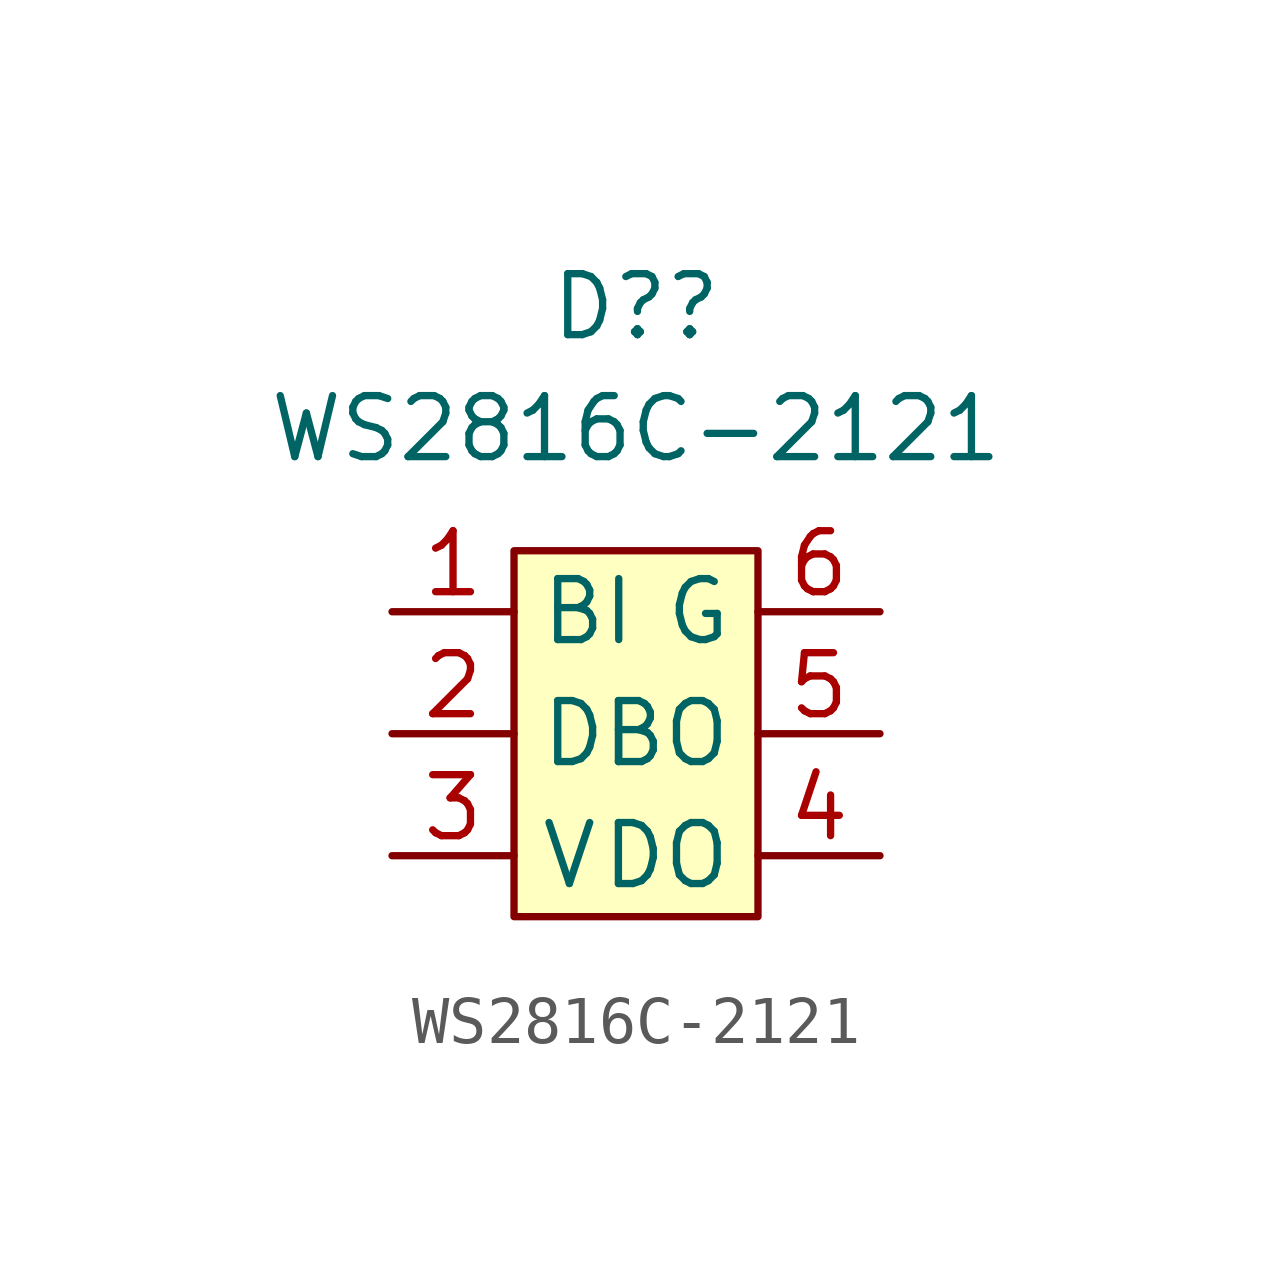
<source format=kicad_sym>
(kicad_symbol_lib
  (version 20211014)
  (generator kicad_symbol_editor)
  (symbol "WS2816C-2121"
    (property "Reference" "D?"
      (at 0 8.89 0)
      (effects (font (size 1.27 1.27))))
    (property "Value" "WS2816C-2121"
      (at 0 6.35 0)
      (effects (font (size 1.27 1.27))))
    (symbol "WS2816C-2121_0_1"
      (rectangle (start -2.54 3.81) (end 2.54 -3.81) (stroke (width 0) (type default) (color 0 0 0 0)) (fill (type background))))
    (symbol "WS2816C-2121_1_1"
      (pin input line (at -5.08 2.54 0) (length 2.54) (name "BI" (effects (font (size 1.27 1.27)))) (number "1" (effects (font (size 1.27 1.27)))))
      (pin input line (at -5.08 0 0) (length 2.54) (name "DI" (effects (font (size 1.27 1.27)))) (number "2" (effects (font (size 1.27 1.27)))))
      (pin power_in line (at -5.08 -2.54 0) (length 2.54) (name "V" (effects (font (size 1.27 1.27)))) (number "3" (effects (font (size 1.27 1.27)))))
      (pin output line (at 5.08 -2.54 180) (length 2.54) (name "DO" (effects (font (size 1.27 1.27)))) (number "4" (effects (font (size 1.27 1.27)))))
      (pin output line (at 5.08 0 180) (length 2.54) (name "BO" (effects (font (size 1.27 1.27)))) (number "5" (effects (font (size 1.27 1.27)))))
      (pin power_in line (at 5.08 2.54 180) (length 2.54) (name "G" (effects (font (size 1.27 1.27)))) (number "6" (effects (font (size 1.27 1.27))))))))
</source>
